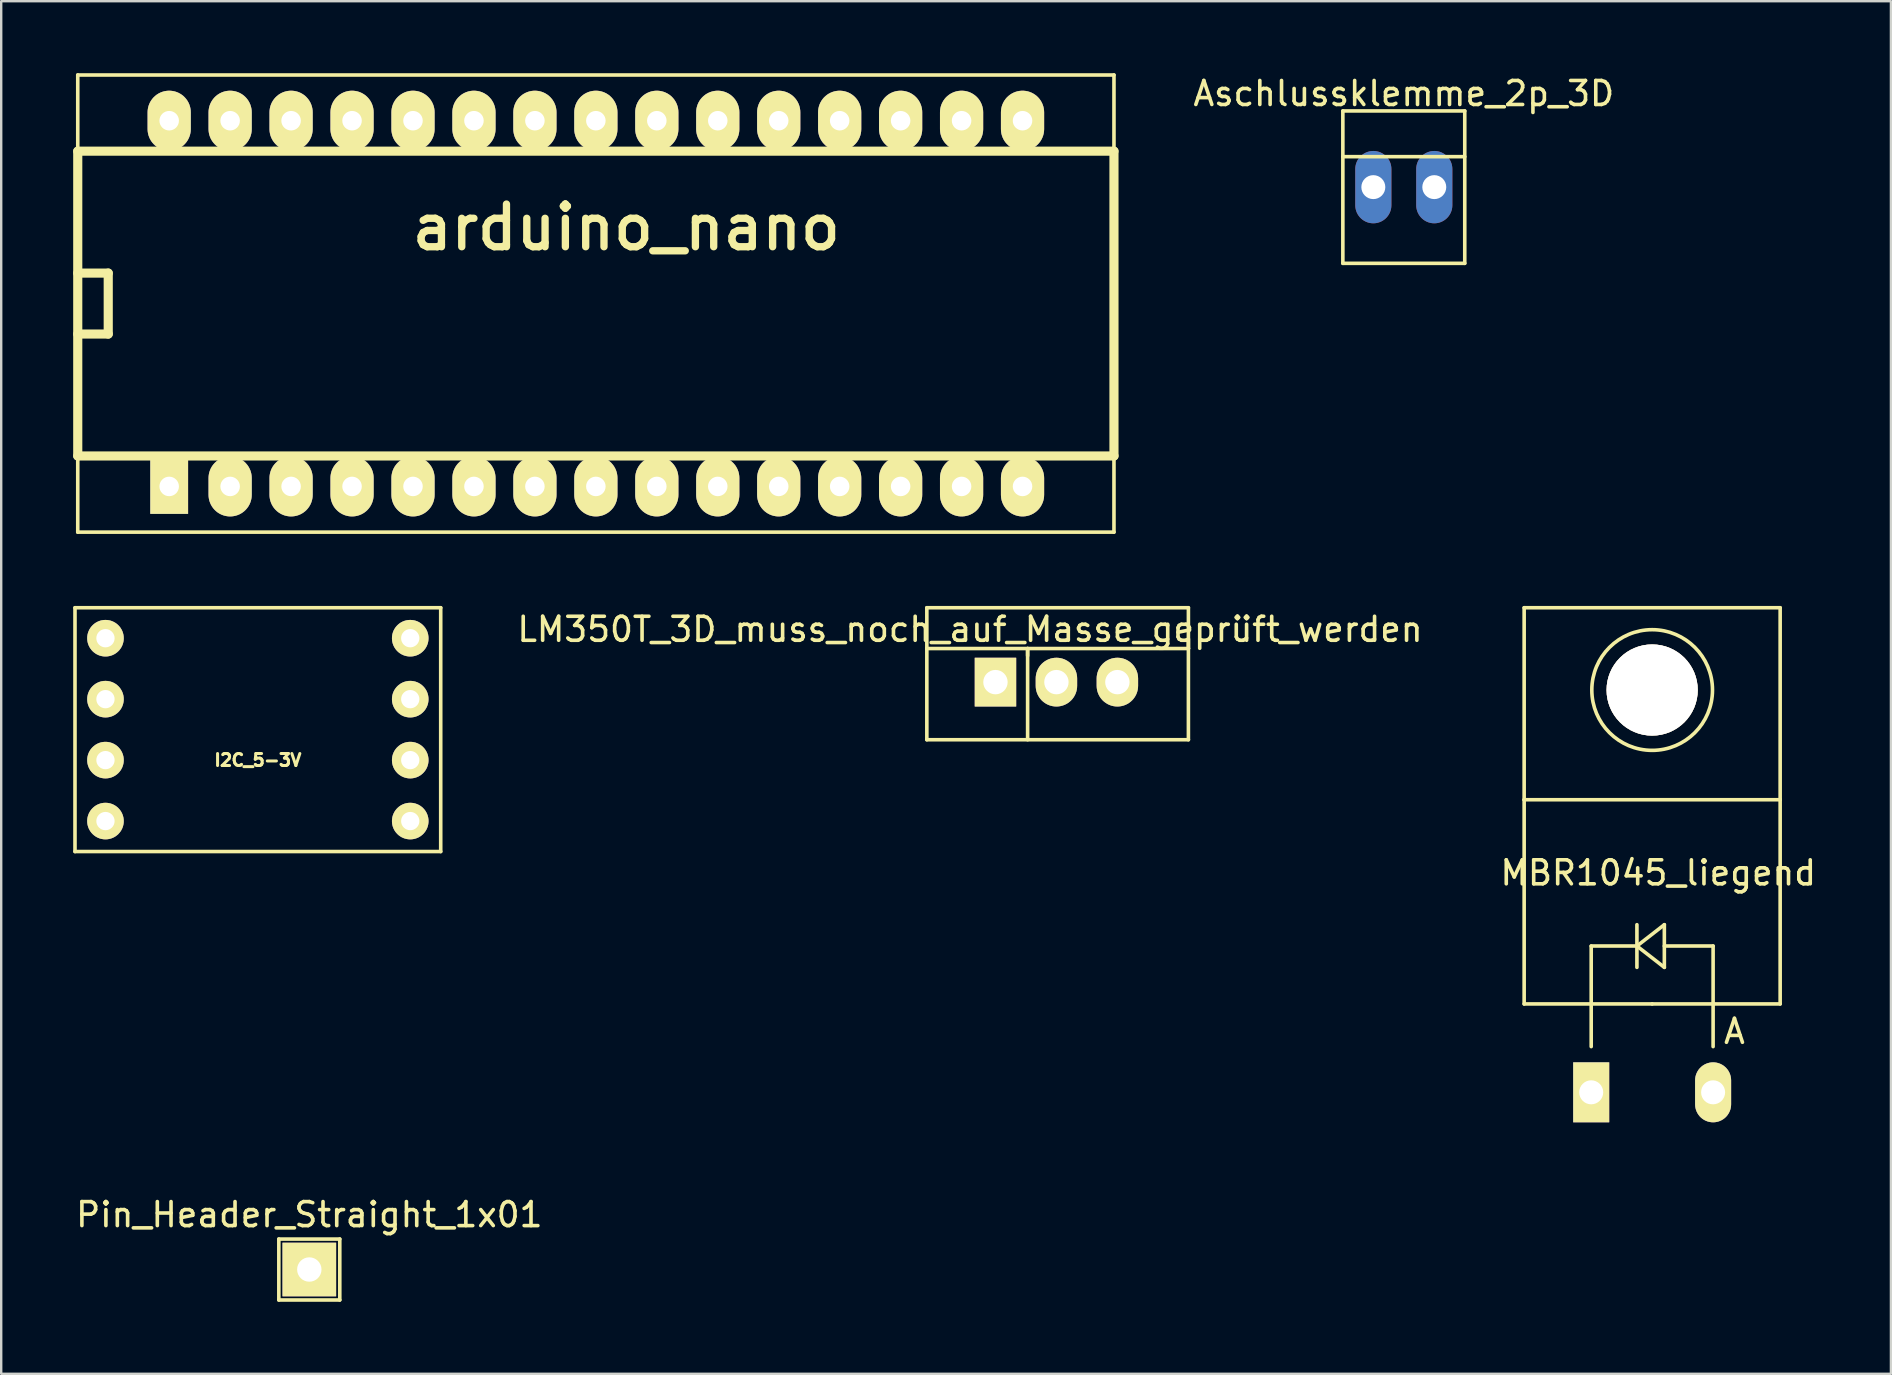
<source format=kicad_pcb>
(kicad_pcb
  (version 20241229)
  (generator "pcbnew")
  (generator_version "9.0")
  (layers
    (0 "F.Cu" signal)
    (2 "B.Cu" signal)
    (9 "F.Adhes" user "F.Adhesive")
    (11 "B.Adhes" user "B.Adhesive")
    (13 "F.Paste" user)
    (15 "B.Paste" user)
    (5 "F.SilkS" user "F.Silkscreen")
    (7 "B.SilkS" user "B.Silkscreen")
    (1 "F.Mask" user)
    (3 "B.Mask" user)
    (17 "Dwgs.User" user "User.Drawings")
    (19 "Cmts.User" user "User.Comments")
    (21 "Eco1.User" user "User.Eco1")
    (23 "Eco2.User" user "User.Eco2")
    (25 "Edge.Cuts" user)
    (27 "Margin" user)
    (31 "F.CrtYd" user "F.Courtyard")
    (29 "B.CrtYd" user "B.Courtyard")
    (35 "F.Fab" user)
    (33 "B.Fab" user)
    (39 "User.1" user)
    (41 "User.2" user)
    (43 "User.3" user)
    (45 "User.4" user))
  (footprint "Aschlussklemme_2p_3D"
    (layer "F.Cu")
    (at 55.448 4.748)
    (property "Reference" "Aschlussklemme_2p_3D" (at 0 -3.9 0) (layer "F.SilkS") (effects (font (size 1 1) (thickness 0.15))))
    (attr exclude_from_pos_files exclude_from_bom)
    (fp_line (start -2.54 -3.175) (end -2.54 3.175) (stroke (width 0.15) (type solid)) (layer "F.SilkS"))
    (fp_line (start -2.54 -3.175) (end 2.54 -3.175) (stroke (width 0.15) (type solid)) (layer "F.SilkS"))
    (fp_line (start 2.54 -3.175) (end 2.54 3.175) (stroke (width 0.15) (type solid)) (layer "F.SilkS"))
    (fp_line (start 2.54 -1.27) (end -2.54 -1.27) (stroke (width 0.15) (type solid)) (layer "F.SilkS"))
    (fp_line (start 2.54 3.175) (end -2.54 3.175) (stroke (width 0.15) (type solid)) (layer "F.SilkS"))
    (pad "1" thru_hole oval (at -1.27 0) (size 1.506 3.015) (drill 0.998) (layers "*.Cu" "*.Mask"))
    (pad "2" thru_hole oval (at 1.27 0) (size 1.506 3.015) (drill 0.998) (layers "*.Cu" "*.Mask")))
  (footprint "I2C_5-3V"
    (layer "F.Cu")
    (at 7.695 27.355)
    (property "Reference" "I2C_5-3V" (at 0 1.27 0) (layer "F.SilkS") (effects (font (size 0.5 0.5) (thickness 0.125))))
    (attr through_hole)
    (fp_line (start -7.62 -5.08) (end 7.62 -5.08) (stroke (width 0.15) (type solid)) (layer "F.SilkS"))
    (fp_line (start -7.62 5.08) (end -7.62 -5.08) (stroke (width 0.15) (type solid)) (layer "F.SilkS"))
    (fp_line (start 7.62 -5.08) (end 7.62 5.08) (stroke (width 0.15) (type solid)) (layer "F.SilkS"))
    (fp_line (start 7.62 5.08) (end -7.62 5.08) (stroke (width 0.15) (type solid)) (layer "F.SilkS"))
    (pad "1" thru_hole circle (at -6.35 -3.81) (size 1.524 1.524) (drill 0.762) (layers "*.Cu" "*.Mask" "F.SilkS"))
    (pad "2" thru_hole circle (at -6.35 -1.27) (size 1.524 1.524) (drill 0.762) (layers "*.Cu" "*.Mask" "F.SilkS"))
    (pad "3" thru_hole circle (at -6.35 1.27) (size 1.524 1.524) (drill 0.762) (layers "*.Cu" "*.Mask" "F.SilkS"))
    (pad "4" thru_hole circle (at -6.35 3.81) (size 1.524 1.524) (drill 0.762) (layers "*.Cu" "*.Mask" "F.SilkS"))
    (pad "5" thru_hole circle (at 6.35 -3.81) (size 1.524 1.524) (drill 0.762) (layers "*.Cu" "*.Mask" "F.SilkS"))
    (pad "6" thru_hole circle (at 6.35 -1.27) (size 1.524 1.524) (drill 0.762) (layers "*.Cu" "*.Mask" "F.SilkS"))
    (pad "7" thru_hole circle (at 6.35 1.27) (size 1.524 1.524) (drill 0.762) (layers "*.Cu" "*.Mask" "F.SilkS"))
    (pad "8" thru_hole circle (at 6.35 3.81) (size 1.524 1.524) (drill 0.762) (layers "*.Cu" "*.Mask" "F.SilkS")))
  (footprint "MBR1045_liegend"
    (layer "F.Cu")
    (at 65.797 42.468)
    (property "Reference" "MBR1045_liegend" (at 0.254 -9.144 0) (layer "F.SilkS") (effects (font (size 1 1) (thickness 0.15))))
    (attr through_hole)
    (fp_line (start -5.334 -20.193) (end -5.334 -12.192) (stroke (width 0.15) (type solid)) (layer "F.SilkS"))
    (fp_line (start -5.334 -12.192) (end -5.334 -3.683) (stroke (width 0.15) (type solid)) (layer "F.SilkS"))
    (fp_line (start -2.54 -6.096) (end -2.54 -3.683) (stroke (width 0.15) (type solid)) (layer "F.SilkS"))
    (fp_line (start -2.54 -3.683) (end -2.54 -1.905) (stroke (width 0.15) (type solid)) (layer "F.SilkS"))
    (fp_line (start -0.635 -6.985) (end -0.635 -5.207) (stroke (width 0.15) (type solid)) (layer "F.SilkS"))
    (fp_line (start -0.635 -6.096) (end -2.54 -6.096) (stroke (width 0.15) (type solid)) (layer "F.SilkS"))
    (fp_line (start -0.635 -6.096) (end 0.508 -6.985) (stroke (width 0.15) (type solid)) (layer "F.SilkS"))
    (fp_line (start 0 -3.683) (end -5.334 -3.683) (stroke (width 0.15) (type solid)) (layer "F.SilkS"))
    (fp_line (start 0 -3.683) (end 5.334 -3.683) (stroke (width 0.15) (type solid)) (layer "F.SilkS"))
    (fp_line (start 0.508 -6.985) (end 0.508 -5.207) (stroke (width 0.15) (type solid)) (layer "F.SilkS"))
    (fp_line (start 0.508 -6.096) (end 2.54 -6.096) (stroke (width 0.15) (type solid)) (layer "F.SilkS"))
    (fp_line (start 0.508 -5.207) (end -0.635 -6.096) (stroke (width 0.15) (type solid)) (layer "F.SilkS"))
    (fp_line (start 2.54 -6.096) (end 2.54 -3.683) (stroke (width 0.15) (type solid)) (layer "F.SilkS"))
    (fp_line (start 2.54 -3.683) (end 2.54 -1.905) (stroke (width 0.15) (type solid)) (layer "F.SilkS"))
    (fp_line (start 5.334 -20.193) (end -5.334 -20.193) (stroke (width 0.15) (type solid)) (layer "F.SilkS"))
    (fp_line (start 5.334 -12.192) (end -5.334 -12.192) (stroke (width 0.15) (type solid)) (layer "F.SilkS"))
    (fp_line (start 5.334 -12.192) (end 5.334 -20.193) (stroke (width 0.15) (type solid)) (layer "F.SilkS"))
    (fp_line (start 5.334 -3.683) (end 5.334 -12.192) (stroke (width 0.15) (type solid)) (layer "F.SilkS"))
    (fp_circle (center 0 -16.764) (end 1.778 -14.986) (stroke (width 0.15) (type solid)) (fill no) (layer "F.SilkS"))
    (fp_text user "A" (at 3.429 -2.54 0) (layer "F.SilkS") (effects (font (size 1 1) (thickness 0.15))))
    (pad "1" thru_hole oval (at 2.54 0 90) (size 2.499 1.501) (drill 1.001) (layers "*.Cu" "*.Mask" "F.SilkS"))
    (pad "2" thru_hole rect (at -2.54 0 90) (size 2.499 1.501) (drill 1.001) (layers "*.Cu" "*.Mask" "F.SilkS"))
    (pad "3" thru_hole circle (at 0 -16.764 90) (size 3.8 3.8) (drill 3.8) (layers "*.Cu" "*.Mask" "F.SilkS")))
  (footprint "arduino_nano"
    (layer "F.Cu")
    (at 23.05 9.6)
    (property "Reference" "arduino_nano" (at 0 -3.175 180) (layer "F.SilkS") (effects (font (size 1.778 1.778) (thickness 0.305))))
    (attr through_hole)
    (fp_line (start -22.86 -9.525) (end -22.86 -6.35) (stroke (width 0.15) (type solid)) (layer "F.SilkS"))
    (fp_line (start -22.86 -6.35) (end 20.32 -6.35) (stroke (width 0.381) (type solid)) (layer "F.SilkS"))
    (fp_line (start -22.86 1.27) (end -21.59 1.27) (stroke (width 0.381) (type solid)) (layer "F.SilkS"))
    (fp_line (start -22.86 6.35) (end -22.86 -6.35) (stroke (width 0.381) (type solid)) (layer "F.SilkS"))
    (fp_line (start -22.86 9.525) (end -22.86 6.35) (stroke (width 0.15) (type solid)) (layer "F.SilkS"))
    (fp_line (start -21.59 -1.27) (end -22.86 -1.27) (stroke (width 0.381) (type solid)) (layer "F.SilkS"))
    (fp_line (start -21.59 1.27) (end -21.59 -1.27) (stroke (width 0.381) (type solid)) (layer "F.SilkS"))
    (fp_line (start 20.32 -9.525) (end -22.86 -9.525) (stroke (width 0.15) (type solid)) (layer "F.SilkS"))
    (fp_line (start 20.32 -6.35) (end 20.32 -9.525) (stroke (width 0.15) (type solid)) (layer "F.SilkS"))
    (fp_line (start 20.32 -6.35) (end 20.32 6.35) (stroke (width 0.381) (type solid)) (layer "F.SilkS"))
    (fp_line (start 20.32 6.35) (end -22.86 6.35) (stroke (width 0.381) (type solid)) (layer "F.SilkS"))
    (fp_line (start 20.32 6.35) (end 20.32 9.525) (stroke (width 0.15) (type solid)) (layer "F.SilkS"))
    (fp_line (start 20.32 9.525) (end -22.86 9.525) (stroke (width 0.15) (type solid)) (layer "F.SilkS"))
    (pad "3V3" thru_hole oval (at -16.51 7.62) (size 1.8 2.5) (drill 0.813) (layers "*.Cu" "*.Mask" "F.SilkS"))
    (pad "5V" thru_hole oval (at 8.89 7.62) (size 1.8 2.5) (drill 0.813) (layers "*.Cu" "*.Mask" "F.SilkS"))
    (pad "A0" thru_hole oval (at -11.43 7.62) (size 1.8 2.5) (drill 0.813) (layers "*.Cu" "*.Mask" "F.SilkS"))
    (pad "A1" thru_hole oval (at -8.89 7.62) (size 1.8 2.5) (drill 0.813) (layers "*.Cu" "*.Mask" "F.SilkS"))
    (pad "A2" thru_hole oval (at -6.35 7.62) (size 1.8 2.5) (drill 0.813) (layers "*.Cu" "*.Mask" "F.SilkS"))
    (pad "A3" thru_hole oval (at -3.81 7.62) (size 1.8 2.5) (drill 0.813) (layers "*.Cu" "*.Mask" "F.SilkS"))
    (pad "A4" thru_hole oval (at -1.27 7.62) (size 1.8 2.5) (drill 0.813) (layers "*.Cu" "*.Mask" "F.SilkS"))
    (pad "A5" thru_hole oval (at 1.27 7.62) (size 1.8 2.5) (drill 0.813) (layers "*.Cu" "*.Mask" "F.SilkS"))
    (pad "A6" thru_hole oval (at 3.81 7.62) (size 1.8 2.5) (drill 0.813) (layers "*.Cu" "*.Mask" "F.SilkS"))
    (pad "A7" thru_hole oval (at 6.35 7.62) (size 1.8 2.5) (drill 0.813) (layers "*.Cu" "*.Mask" "F.SilkS"))
    (pad "D2" thru_hole oval (at 6.35 -7.62) (size 1.8 2.5) (drill 0.813) (layers "*.Cu" "*.Mask" "F.SilkS"))
    (pad "D3" thru_hole oval (at 3.81 -7.62) (size 1.8 2.5) (drill 0.813) (layers "*.Cu" "*.Mask" "F.SilkS"))
    (pad "D4" thru_hole oval (at 1.27 -7.62) (size 1.8 2.5) (drill 0.813) (layers "*.Cu" "*.Mask" "F.SilkS"))
    (pad "D5" thru_hole oval (at -1.27 -7.62) (size 1.8 2.5) (drill 0.813) (layers "*.Cu" "*.Mask" "F.SilkS"))
    (pad "D6" thru_hole oval (at -3.81 -7.62) (size 1.8 2.5) (drill 0.813) (layers "*.Cu" "*.Mask" "F.SilkS"))
    (pad "D7" thru_hole oval (at -6.35 -7.62) (size 1.8 2.5) (drill 0.813) (layers "*.Cu" "*.Mask" "F.SilkS"))
    (pad "D8" thru_hole oval (at -8.89 -7.62) (size 1.8 2.5) (drill 0.813) (layers "*.Cu" "*.Mask" "F.SilkS"))
    (pad "D9" thru_hole oval (at -11.43 -7.62) (size 1.8 2.5) (drill 0.813) (layers "*.Cu" "*.Mask" "F.SilkS"))
    (pad "D10" thru_hole oval (at -13.97 -7.62) (size 1.8 2.5) (drill 0.813) (layers "*.Cu" "*.Mask" "F.SilkS"))
    (pad "D11" thru_hole oval (at -16.51 -7.62) (size 1.8 2.5) (drill 0.813) (layers "*.Cu" "*.Mask" "F.SilkS"))
    (pad "D12" thru_hole oval (at -19.05 -7.62) (size 1.8 2.5) (drill 0.813) (layers "*.Cu" "*.Mask" "F.SilkS"))
    (pad "D13" thru_hole rect (at -19.05 7.62) (size 1.575 2.286) (drill 0.813) (layers "*.Cu" "*.Mask" "F.SilkS"))
    (pad "GND0" thru_hole oval (at 8.89 -7.62) (size 1.8 2.5) (drill 0.813) (layers "*.Cu" "*.Mask" "F.SilkS"))
    (pad "GND1" thru_hole oval (at 13.97 7.62) (size 1.8 2.5) (drill 0.813) (layers "*.Cu" "*.Mask" "F.SilkS"))
    (pad "REF" thru_hole oval (at -13.97 7.62) (size 1.8 2.5) (drill 0.813) (layers "*.Cu" "*.Mask" "F.SilkS"))
    (pad "RST0" thru_hole oval (at 11.43 7.62) (size 1.8 2.5) (drill 0.813) (layers "*.Cu" "*.Mask" "F.SilkS"))
    (pad "RST1" thru_hole oval (at 11.43 -7.62) (size 1.8 2.5) (drill 0.813) (layers "*.Cu" "*.Mask" "F.SilkS"))
    (pad "RX0" thru_hole oval (at 13.97 -7.62) (size 1.8 2.5) (drill 0.813) (layers "*.Cu" "*.Mask" "F.SilkS"))
    (pad "TX1" thru_hole oval (at 16.51 -7.62) (size 1.8 2.5) (drill 0.813) (layers "*.Cu" "*.Mask" "F.SilkS"))
    (pad "VIN" thru_hole oval (at 16.51 7.62) (size 1.8 2.5) (drill 0.813) (layers "*.Cu" "*.Mask" "F.SilkS")))
  (footprint "Pin_Header_Straight_1x01"
    (layer "F.Cu")
    (at 9.839 49.852)
    (property "Reference" "Pin_Header_Straight_1x01" (at 0 -2.286 0) (layer "F.SilkS") (effects (font (size 1 1) (thickness 0.15))))
    (attr through_hole)
    (fp_line (start -1.27 -1.27) (end -1.27 1.27) (stroke (width 0.15) (type solid)) (layer "F.SilkS"))
    (fp_line (start -1.27 1.27) (end 1.27 1.27) (stroke (width 0.15) (type solid)) (layer "F.SilkS"))
    (fp_line (start 1.27 -1.27) (end -1.27 -1.27) (stroke (width 0.15) (type solid)) (layer "F.SilkS"))
    (fp_line (start 1.27 1.27) (end 1.27 -1.27) (stroke (width 0.15) (type solid)) (layer "F.SilkS"))
    (pad "1" thru_hole rect (at 0 0) (size 2.235 2.235) (drill 1.016) (layers "*.Cu" "*.Mask" "F.SilkS")))
  (footprint "LM350T_3D_muss_noch_auf_Masse_geprüft_werden"
    (layer "F.Cu")
    (at 40.972 25.375)
    (property "Reference" "LM350T_3D_muss_noch_auf_Masse_geprüft_werden" (at -3.6 -2.2 0) (layer "F.SilkS") (effects (font (size 1 1) (thickness 0.15))))
    (attr through_hole)
    (fp_line (start -5.4 -3.1) (end 5.5 -3.1) (stroke (width 0.15) (type solid)) (layer "F.SilkS"))
    (fp_line (start -5.4 -1.4) (end -5.4 -3.1) (stroke (width 0.15) (type solid)) (layer "F.SilkS"))
    (fp_line (start -5.4 -1.4) (end -5.4 2.4) (stroke (width 0.15) (type solid)) (layer "F.SilkS"))
    (fp_line (start -5.4 2.4) (end 5.5 2.4) (stroke (width 0.15) (type solid)) (layer "F.SilkS"))
    (fp_line (start -1.2 -1.4) (end -1.2 -1.1) (stroke (width 0.15) (type solid)) (layer "F.SilkS"))
    (fp_line (start -1.2 2.4) (end -1.2 -1.4) (stroke (width 0.15) (type solid)) (layer "F.SilkS"))
    (fp_line (start 5.5 -3.1) (end 5.5 -1.4) (stroke (width 0.15) (type solid)) (layer "F.SilkS"))
    (fp_line (start 5.5 -1.4) (end -5.4 -1.4) (stroke (width 0.15) (type solid)) (layer "F.SilkS"))
    (fp_line (start 5.5 -1.4) (end 5.5 -1.8) (stroke (width 0.15) (type solid)) (layer "F.SilkS"))
    (fp_line (start 5.5 2.4) (end 5.5 -1.4) (stroke (width 0.15) (type solid)) (layer "F.SilkS"))
    (pad "1" thru_hole rect (at -2.54 0) (size 1.727 2.032) (drill 1.016) (layers "*.Cu" "*.Mask" "F.SilkS"))
    (pad "2" thru_hole oval (at 0 0) (size 1.727 2.032) (drill 1.016) (layers "*.Cu" "*.Mask" "F.SilkS"))
    (pad "3" thru_hole oval (at 2.54 0) (size 1.727 2.032) (drill 1.016) (layers "*.Cu" "*.Mask" "F.SilkS")))
  (gr_rect
    (start -3 -3)
    (end 75.747 54.197)
    (stroke (width 0.1) (type default))
    (fill no)
    (layer "Edge.Cuts")))
</source>
